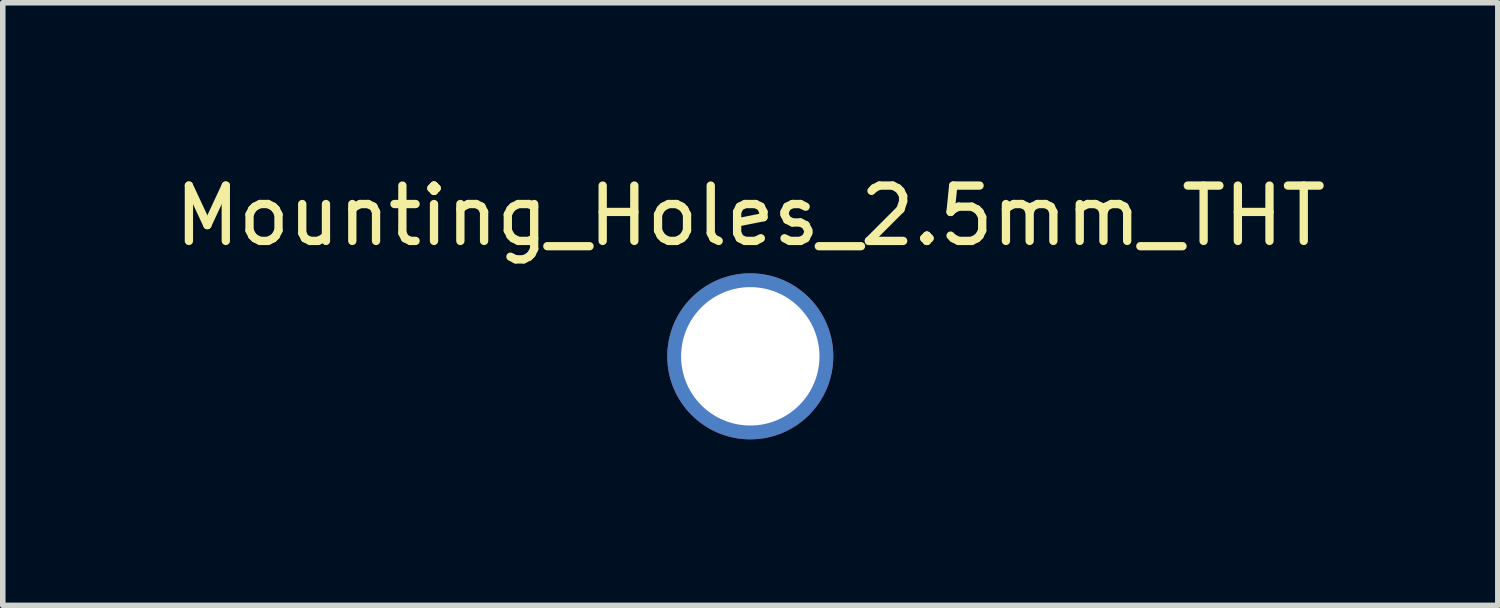
<source format=kicad_pcb>
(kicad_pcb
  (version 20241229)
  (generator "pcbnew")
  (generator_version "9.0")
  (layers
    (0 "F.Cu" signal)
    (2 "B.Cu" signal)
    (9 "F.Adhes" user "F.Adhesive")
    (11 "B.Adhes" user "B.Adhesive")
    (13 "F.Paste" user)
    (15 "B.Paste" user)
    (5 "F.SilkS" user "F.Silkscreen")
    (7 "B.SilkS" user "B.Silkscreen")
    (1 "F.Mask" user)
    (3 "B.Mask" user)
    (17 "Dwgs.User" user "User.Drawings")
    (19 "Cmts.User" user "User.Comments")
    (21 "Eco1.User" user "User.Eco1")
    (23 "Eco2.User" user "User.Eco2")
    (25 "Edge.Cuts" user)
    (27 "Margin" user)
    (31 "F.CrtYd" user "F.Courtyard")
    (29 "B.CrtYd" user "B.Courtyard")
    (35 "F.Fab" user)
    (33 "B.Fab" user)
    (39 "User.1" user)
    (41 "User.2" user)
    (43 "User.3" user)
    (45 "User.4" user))
  (footprint "Mounting_Holes_2.5mm_THT"
    (layer "F.Cu")
    (at 10.506 3.388)
    (property "Reference" "Mounting_Holes_2.5mm_THT" (at 0 -2.54 0) (layer "F.SilkS") (effects (font (size 1 1) (thickness 0.15))))
    (attr through_hole)
    (pad "1" thru_hole circle (at 0 0) (size 3 3) (drill 2.5) (layers "*.Cu" "*.Mask")))
  (gr_rect
    (start -3 -3)
    (end 24.012 7.888)
    (stroke (width 0.1) (type default))
    (fill no)
    (layer "Edge.Cuts")))
</source>
